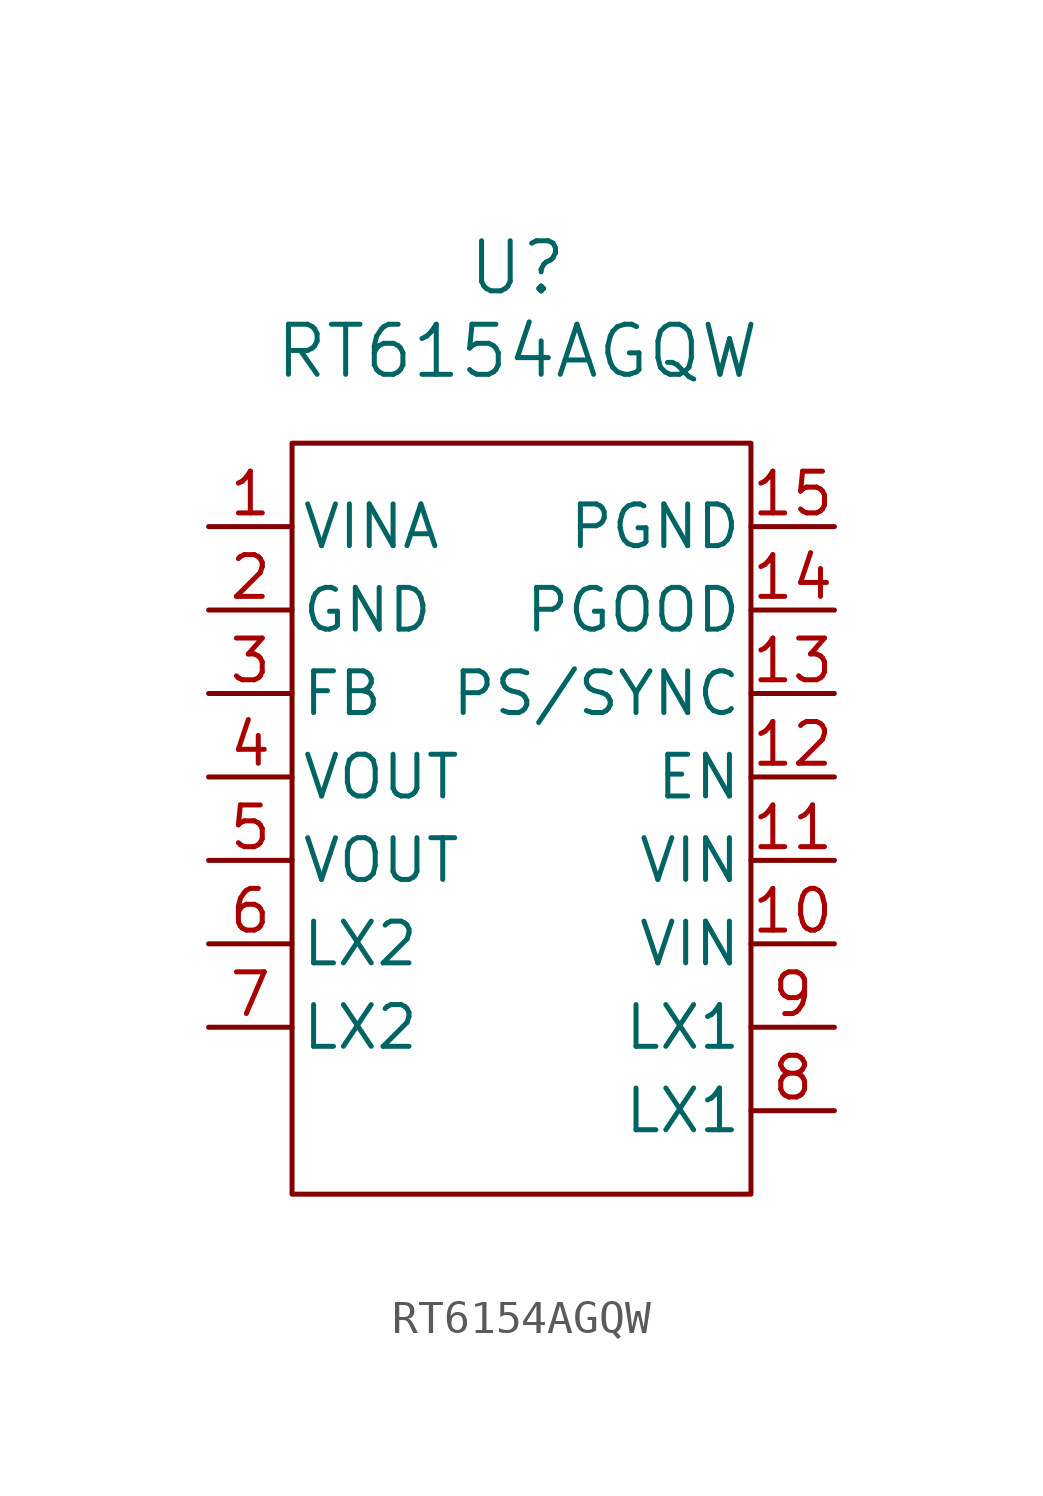
<source format=kicad_sym>
(kicad_symbol_lib
  (version 20231120)
  (generator "kicad_symbol_editor")
  (generator_version "8.0")
  (symbol "RT6154AGQW"
    (pin_names
      (offset 0.254))
    (property "Reference" "U"
      (at 0.508 15.494 0)
      (effects (font (size 1.524 1.524))))
    (property "Value" "RT6154AGQW"
      (at 0.508 12.954 0)
      (effects (font (size 1.524 1.524))))
    (property "ki_locked" ""
      (at 0 0 0)
      (effects (font (size 1.27 1.27))))
    (symbol "RT6154AGQW_0_1"
      (pin passive line (at -8.89 7.62 0) (length 2.54) (name "VINA" (effects (font (size 1.27 1.27)))) (number "1" (effects (font (size 1.27 1.27)))))
      (pin power_in line (at 10.16 -5.08 180) (length 2.54) (name "VIN" (effects (font (size 1.27 1.27)))) (number "10" (effects (font (size 1.27 1.27)))))
      (pin power_in line (at 10.16 -2.54 180) (length 2.54) (name "VIN" (effects (font (size 1.27 1.27)))) (number "11" (effects (font (size 1.27 1.27)))))
      (pin input line (at 10.16 0 180) (length 2.54) (name "EN" (effects (font (size 1.27 1.27)))) (number "12" (effects (font (size 1.27 1.27)))))
      (pin input line (at 10.16 2.54 180) (length 2.54) (name "PS/SYNC" (effects (font (size 1.27 1.27)))) (number "13" (effects (font (size 1.27 1.27)))))
      (pin power_in line (at 10.16 5.08 180) (length 2.54) (name "PGOOD" (effects (font (size 1.27 1.27)))) (number "14" (effects (font (size 1.27 1.27)))))
      (pin power_in line (at 10.16 7.62 180) (length 2.54) (name "PGND" (effects (font (size 1.27 1.27)))) (number "15" (effects (font (size 1.27 1.27)))))
      (pin power_in line (at -8.89 5.08 0) (length 2.54) (name "GND" (effects (font (size 1.27 1.27)))) (number "2" (effects (font (size 1.27 1.27)))))
      (pin input line (at -8.89 2.54 0) (length 2.54) (name "FB" (effects (font (size 1.27 1.27)))) (number "3" (effects (font (size 1.27 1.27)))))
      (pin power_out line (at -8.89 0 0) (length 2.54) (name "VOUT" (effects (font (size 1.27 1.27)))) (number "4" (effects (font (size 1.27 1.27)))))
      (pin power_out line (at -8.89 -2.54 0) (length 2.54) (name "VOUT" (effects (font (size 1.27 1.27)))) (number "5" (effects (font (size 1.27 1.27)))))
      (pin bidirectional line (at -8.89 -5.08 0) (length 2.54) (name "LX2" (effects (font (size 1.27 1.27)))) (number "6" (effects (font (size 1.27 1.27)))))
      (pin bidirectional line (at -8.89 -7.62 0) (length 2.54) (name "LX2" (effects (font (size 1.27 1.27)))) (number "7" (effects (font (size 1.27 1.27)))))
      (pin bidirectional line (at 10.16 -10.16 180) (length 2.54) (name "LX1" (effects (font (size 1.27 1.27)))) (number "8" (effects (font (size 1.27 1.27)))))
      (pin bidirectional line (at 10.16 -7.62 180) (length 2.54) (name "LX1" (effects (font (size 1.27 1.27)))) (number "9" (effects (font (size 1.27 1.27))))))
    (symbol "RT6154AGQW_1_1"
      (rectangle (start -6.35 10.16) (end 7.62 -12.7) (stroke (width 0) (type default)) (fill (type none))))))
</source>
